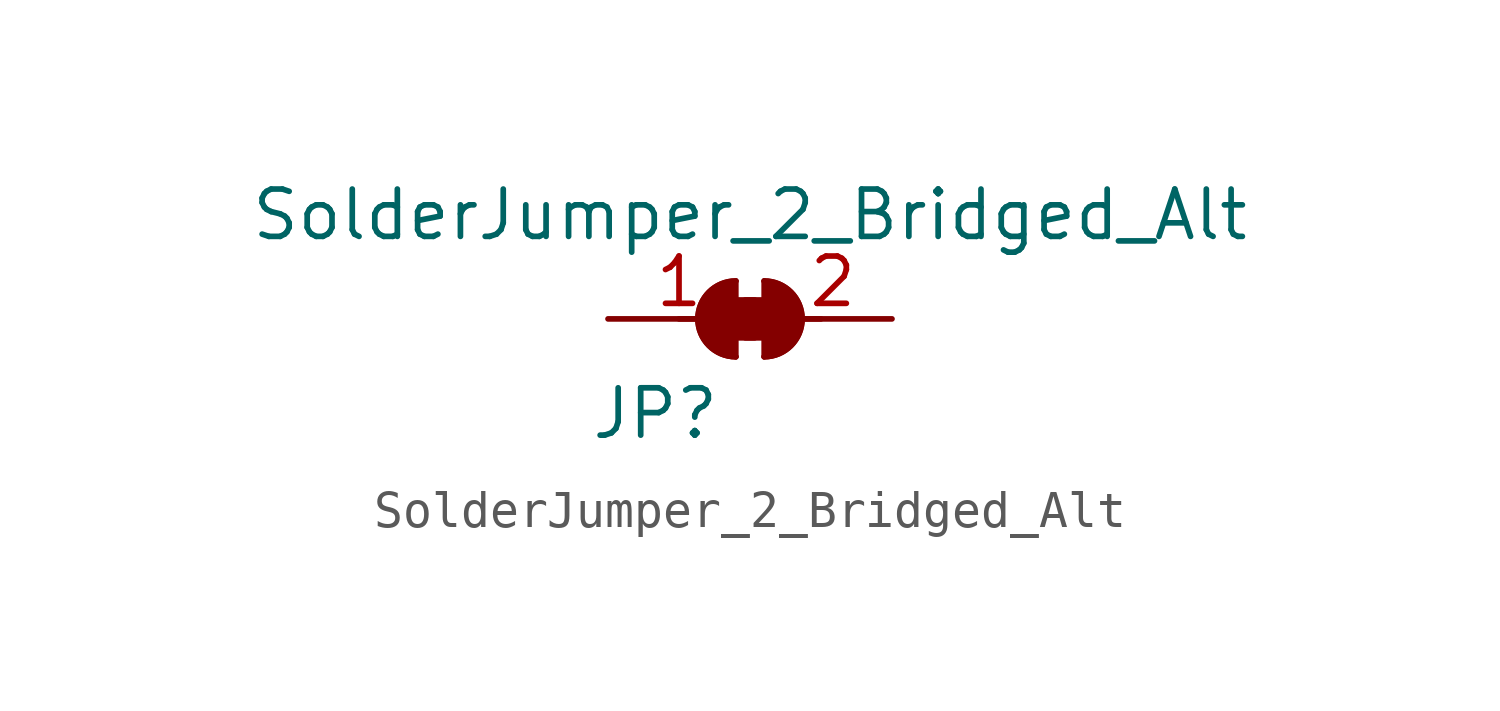
<source format=kicad_sym>
(kicad_symbol_lib
  (version 20211014)
  (generator kicad_symbol_editor)
  (symbol "SolderJumper_2_Bridged_Alt"
    (pin_names
      (offset 0) hide)
    (property "Reference" "JP"
      (at -2.54 -2.54 0)
      (effects (font (size 1.27 1.27))))
    (property "Value" "SolderJumper_2_Bridged_Alt"
      (at 0 2.794 0)
      (effects (font (size 1.27 1.27))))
    (symbol "SolderJumper_2_Bridged_Alt_0_1"
      (rectangle (start -0.381 0.508) (end 0.127 -0.508) (stroke (width 0) (type default) (color 0 0 0 0)) (fill (type outline)))
      (arc (start -0.381 1.016) (mid -1.397 0) (end -0.381 -1.016) (stroke (width 0) (type default) (color 0 0 0 0)) (fill (type none)))
      (arc (start -0.381 1.016) (mid -1.397 0) (end -0.381 -1.016) (stroke (width 0) (type default) (color 0 0 0 0)) (fill (type outline)))
      (rectangle (start -0.127 0.508) (end 0.381 -0.508) (stroke (width 0) (type default) (color 0 0 0 0)) (fill (type outline)))
      (polyline (pts (xy -1.905 0) (xy -1.397 0)) (stroke (width 0) (type default) (color 0 0 0 0)) (fill (type none)))
      (polyline (pts (xy -0.381 1.016) (xy -0.381 -1.016)) (stroke (width 0) (type default) (color 0 0 0 0)) (fill (type none)))
      (polyline (pts (xy 0.381 1.016) (xy 0.381 -1.016)) (stroke (width 0) (type default) (color 0 0 0 0)) (fill (type none)))
      (polyline (pts (xy 1.905 0) (xy 1.397 0)) (stroke (width 0) (type default) (color 0 0 0 0)) (fill (type none)))
      (arc (start 0.381 -1.016) (mid 1.397 0) (end 0.381 1.016) (stroke (width 0) (type default) (color 0 0 0 0)) (fill (type none)))
      (arc (start 0.381 -1.016) (mid 1.397 0) (end 0.381 1.016) (stroke (width 0) (type default) (color 0 0 0 0)) (fill (type outline))))
    (symbol "SolderJumper_2_Bridged_Alt_1_1"
      (pin passive line (at -3.81 0 0) (length 3.81) (name "A" (effects (font (size 1.27 1.27)))) (number "1" (effects (font (size 1.27 1.27)))))
      (pin passive line (at 3.81 0 180) (length 3.175) (name "B" (effects (font (size 1.27 1.27)))) (number "2" (effects (font (size 1.27 1.27))))))))
</source>
